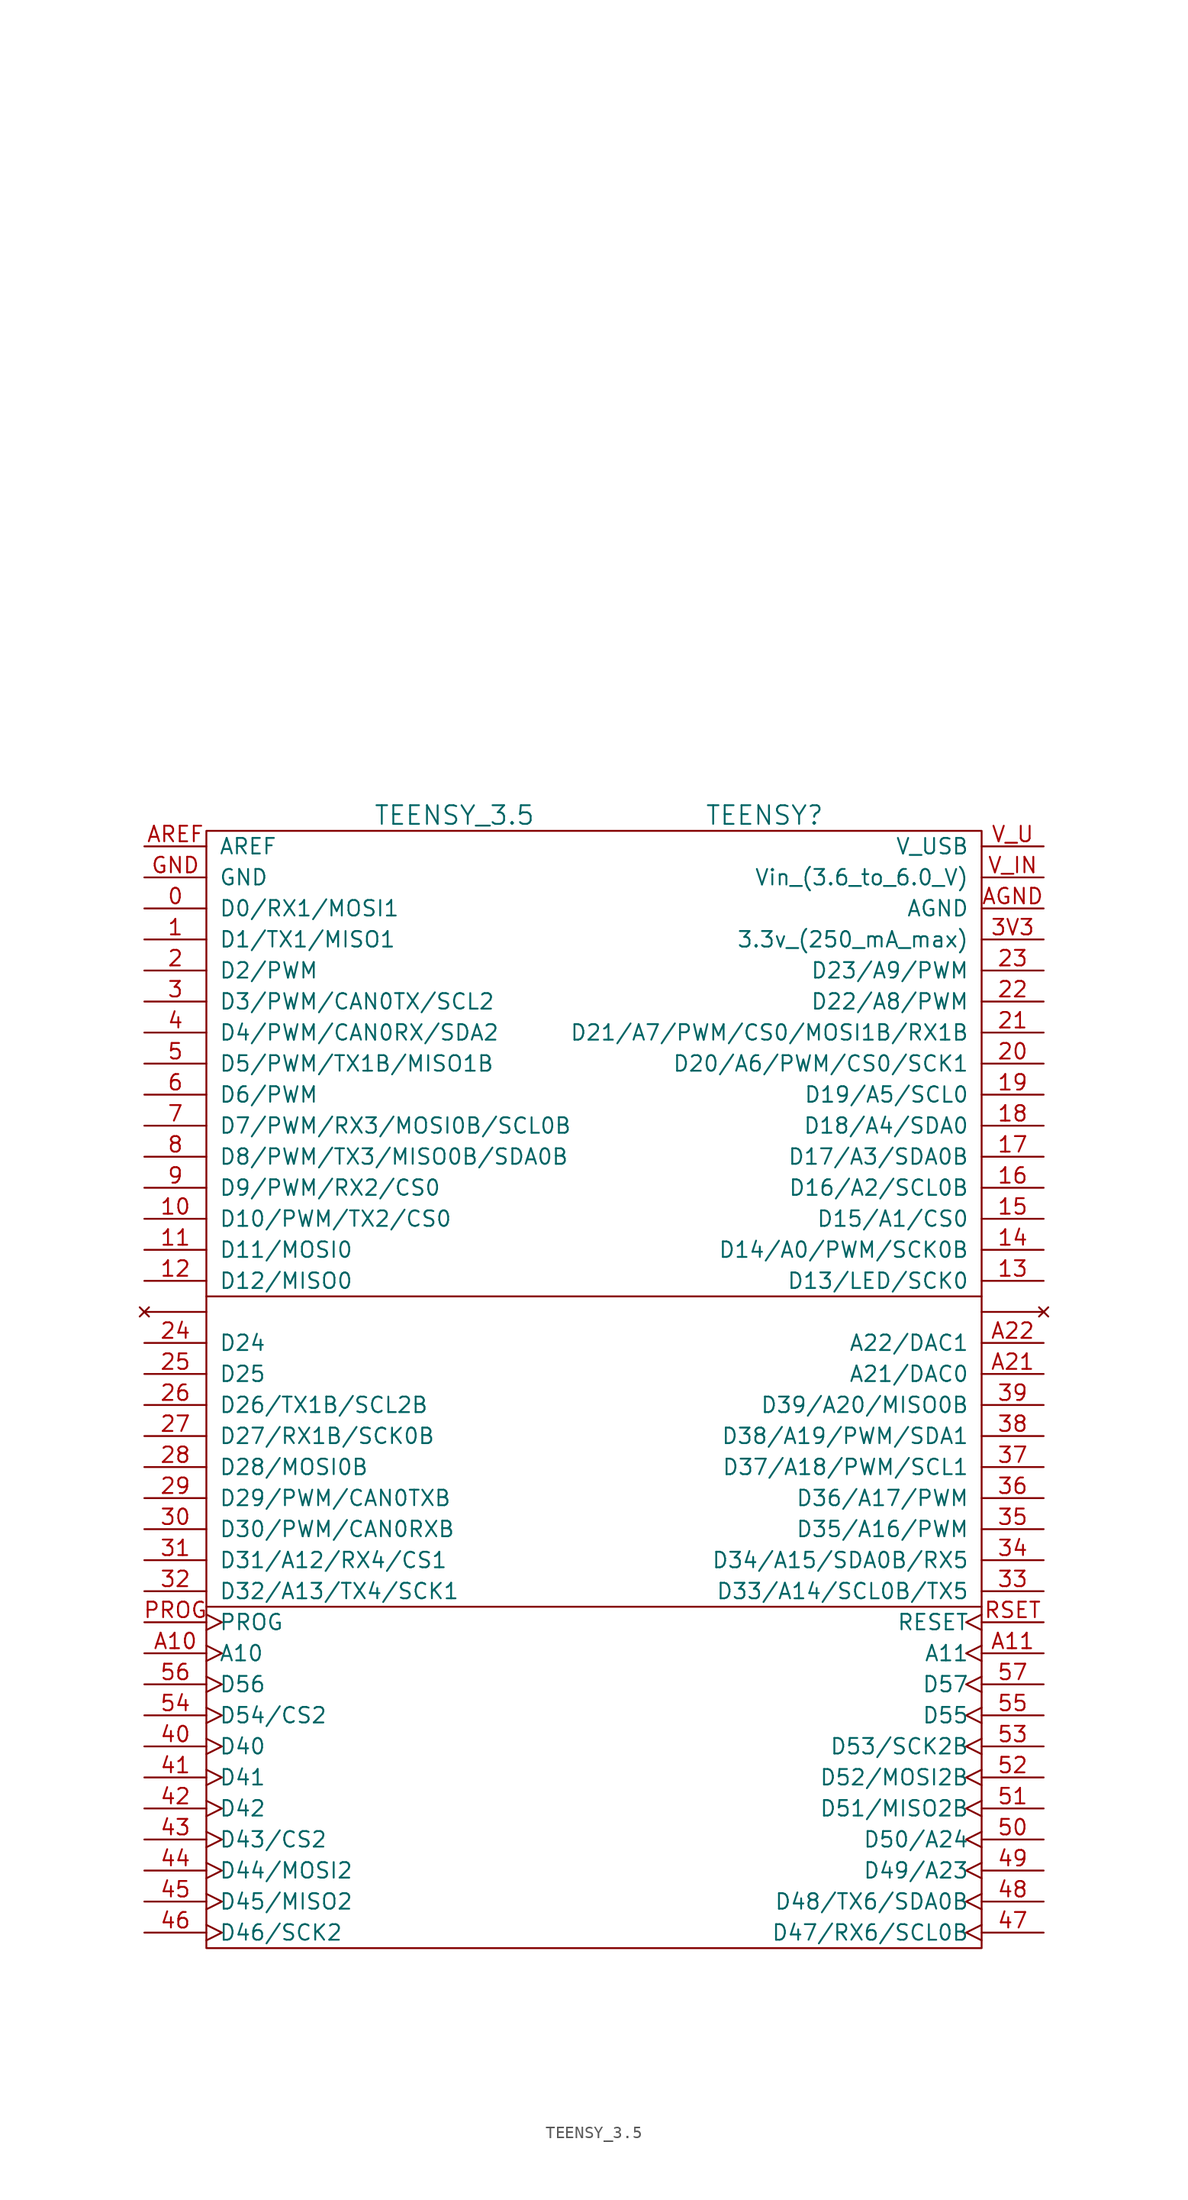
<source format=kicad_sym>
(kicad_symbol_lib
  (version 20211014)
  (generator kicad_symbol_editor)
  (symbol "TEENSY_3.5"
    (pin_names
      (offset 1.016))
    (property "Reference" "TEENSY"
      (at 13.97 21.59 0)
      (effects (font (size 1.524 1.524))))
    (property "Value" "TEENSY_3.5"
      (at -11.43 21.59 0)
      (effects (font (size 1.524 1.524))))
    (property "Datasheet" ""
      (at 1.27 69.85 0)
      (effects (font (size 1.524 1.524))))
    (symbol "TEENSY_3.5_0_1"
      (rectangle (start -31.75 20.32) (end 31.75 -71.12) (stroke (width 0) (type default) (color 0 0 0 0)) (fill (type none)))
      (polyline (pts (xy -31.75 -43.18) (xy 31.75 -43.18)) (stroke (width 0) (type default) (color 0 0 0 0)) (fill (type none)))
      (polyline (pts (xy -31.75 -17.78) (xy 31.75 -17.78)) (stroke (width 0) (type default) (color 0 0 0 0)) (fill (type none))))
    (symbol "TEENSY_3.5_1_1"
      (pin bidirectional line (at -36.83 13.97 0) (length 5.08) (name "D0/RX1/MOSI1" (effects (font (size 1.27 1.27)))) (number "0" (effects (font (size 1.27 1.27)))))
      (pin bidirectional line (at -36.83 11.43 0) (length 5.08) (name "D1/TX1/MISO1" (effects (font (size 1.27 1.27)))) (number "1" (effects (font (size 1.27 1.27)))))
      (pin bidirectional line (at -36.83 -11.43 0) (length 5.08) (name "D10/PWM/TX2/CS0" (effects (font (size 1.27 1.27)))) (number "10" (effects (font (size 1.27 1.27)))))
      (pin bidirectional line (at -36.83 -13.97 0) (length 5.08) (name "D11/MOSI0" (effects (font (size 1.27 1.27)))) (number "11" (effects (font (size 1.27 1.27)))))
      (pin bidirectional line (at -36.83 -16.51 0) (length 5.08) (name "D12/MISO0" (effects (font (size 1.27 1.27)))) (number "12" (effects (font (size 1.27 1.27)))))
      (pin bidirectional line (at 36.83 -16.51 180) (length 5.08) (name "D13/LED/SCK0" (effects (font (size 1.27 1.27)))) (number "13" (effects (font (size 1.27 1.27)))))
      (pin bidirectional line (at 36.83 -13.97 180) (length 5.08) (name "D14/A0/PWM/SCK0B" (effects (font (size 1.27 1.27)))) (number "14" (effects (font (size 1.27 1.27)))))
      (pin bidirectional line (at 36.83 -11.43 180) (length 5.08) (name "D15/A1/CS0" (effects (font (size 1.27 1.27)))) (number "15" (effects (font (size 1.27 1.27)))))
      (pin bidirectional line (at 36.83 -8.89 180) (length 5.08) (name "D16/A2/SCL0B" (effects (font (size 1.27 1.27)))) (number "16" (effects (font (size 1.27 1.27)))))
      (pin bidirectional line (at 36.83 -6.35 180) (length 5.08) (name "D17/A3/SDA0B" (effects (font (size 1.27 1.27)))) (number "17" (effects (font (size 1.27 1.27)))))
      (pin bidirectional line (at 36.83 -3.81 180) (length 5.08) (name "D18/A4/SDA0" (effects (font (size 1.27 1.27)))) (number "18" (effects (font (size 1.27 1.27)))))
      (pin bidirectional line (at 36.83 -1.27 180) (length 5.08) (name "D19/A5/SCL0" (effects (font (size 1.27 1.27)))) (number "19" (effects (font (size 1.27 1.27)))))
      (pin bidirectional line (at -36.83 8.89 0) (length 5.08) (name "D2/PWM" (effects (font (size 1.27 1.27)))) (number "2" (effects (font (size 1.27 1.27)))))
      (pin bidirectional line (at 36.83 1.27 180) (length 5.08) (name "D20/A6/PWM/CS0/SCK1" (effects (font (size 1.27 1.27)))) (number "20" (effects (font (size 1.27 1.27)))))
      (pin bidirectional line (at 36.83 3.81 180) (length 5.08) (name "D21/A7/PWM/CS0/MOSI1B/RX1B" (effects (font (size 1.27 1.27)))) (number "21" (effects (font (size 1.27 1.27)))))
      (pin bidirectional line (at 36.83 6.35 180) (length 5.08) (name "D22/A8/PWM" (effects (font (size 1.27 1.27)))) (number "22" (effects (font (size 1.27 1.27)))))
      (pin bidirectional line (at 36.83 8.89 180) (length 5.08) (name "D23/A9/PWM" (effects (font (size 1.27 1.27)))) (number "23" (effects (font (size 1.27 1.27)))))
      (pin bidirectional line (at -36.83 -21.59 0) (length 5.08) (name "D24" (effects (font (size 1.27 1.27)))) (number "24" (effects (font (size 1.27 1.27)))))
      (pin bidirectional line (at -36.83 -24.13 0) (length 5.08) (name "D25" (effects (font (size 1.27 1.27)))) (number "25" (effects (font (size 1.27 1.27)))))
      (pin bidirectional line (at -36.83 -26.67 0) (length 5.08) (name "D26/TX1B/SCL2B" (effects (font (size 1.27 1.27)))) (number "26" (effects (font (size 1.27 1.27)))))
      (pin bidirectional line (at -36.83 -29.21 0) (length 5.08) (name "D27/RX1B/SCK0B" (effects (font (size 1.27 1.27)))) (number "27" (effects (font (size 1.27 1.27)))))
      (pin bidirectional line (at -36.83 -31.75 0) (length 5.08) (name "D28/MOSI0B" (effects (font (size 1.27 1.27)))) (number "28" (effects (font (size 1.27 1.27)))))
      (pin bidirectional line (at -36.83 -34.29 0) (length 5.08) (name "D29/PWM/CAN0TXB" (effects (font (size 1.27 1.27)))) (number "29" (effects (font (size 1.27 1.27)))))
      (pin bidirectional line (at -36.83 6.35 0) (length 5.08) (name "D3/PWM/CAN0TX/SCL2" (effects (font (size 1.27 1.27)))) (number "3" (effects (font (size 1.27 1.27)))))
      (pin bidirectional line (at -36.83 -36.83 0) (length 5.08) (name "D30/PWM/CAN0RXB" (effects (font (size 1.27 1.27)))) (number "30" (effects (font (size 1.27 1.27)))))
      (pin bidirectional line (at -36.83 -39.37 0) (length 5.08) (name "D31/A12/RX4/CS1" (effects (font (size 1.27 1.27)))) (number "31" (effects (font (size 1.27 1.27)))))
      (pin bidirectional line (at -36.83 -41.91 0) (length 5.08) (name "D32/A13/TX4/SCK1" (effects (font (size 1.27 1.27)))) (number "32" (effects (font (size 1.27 1.27)))))
      (pin bidirectional line (at 36.83 -41.91 180) (length 5.08) (name "D33/A14/SCL0B/TX5" (effects (font (size 1.27 1.27)))) (number "33" (effects (font (size 1.27 1.27)))))
      (pin bidirectional line (at 36.83 -39.37 180) (length 5.08) (name "D34/A15/SDA0B/RX5" (effects (font (size 1.27 1.27)))) (number "34" (effects (font (size 1.27 1.27)))))
      (pin bidirectional line (at 36.83 -36.83 180) (length 5.08) (name "D35/A16/PWM" (effects (font (size 1.27 1.27)))) (number "35" (effects (font (size 1.27 1.27)))))
      (pin bidirectional line (at 36.83 -34.29 180) (length 5.08) (name "D36/A17/PWM" (effects (font (size 1.27 1.27)))) (number "36" (effects (font (size 1.27 1.27)))))
      (pin bidirectional line (at 36.83 -31.75 180) (length 5.08) (name "D37/A18/PWM/SCL1" (effects (font (size 1.27 1.27)))) (number "37" (effects (font (size 1.27 1.27)))))
      (pin bidirectional line (at 36.83 -29.21 180) (length 5.08) (name "D38/A19/PWM/SDA1" (effects (font (size 1.27 1.27)))) (number "38" (effects (font (size 1.27 1.27)))))
      (pin bidirectional line (at 36.83 -26.67 180) (length 5.08) (name "D39/A20/MISO0B" (effects (font (size 1.27 1.27)))) (number "39" (effects (font (size 1.27 1.27)))))
      (pin power_out line (at 36.83 11.43 180) (length 5.08) (name "3.3v_(250_mA_max)" (effects (font (size 1.27 1.27)))) (number "3V3" (effects (font (size 1.27 1.27)))))
      (pin bidirectional line (at -36.83 3.81 0) (length 5.08) (name "D4/PWM/CAN0RX/SDA2" (effects (font (size 1.27 1.27)))) (number "4" (effects (font (size 1.27 1.27)))))
      (pin bidirectional clock (at -36.83 -54.61 0) (length 5.08) (name "D40" (effects (font (size 1.27 1.27)))) (number "40" (effects (font (size 1.27 1.27)))))
      (pin bidirectional clock (at -36.83 -57.15 0) (length 5.08) (name "D41" (effects (font (size 1.27 1.27)))) (number "41" (effects (font (size 1.27 1.27)))))
      (pin bidirectional clock (at -36.83 -59.69 0) (length 5.08) (name "D42" (effects (font (size 1.27 1.27)))) (number "42" (effects (font (size 1.27 1.27)))))
      (pin bidirectional clock (at -36.83 -62.23 0) (length 5.08) (name "D43/CS2" (effects (font (size 1.27 1.27)))) (number "43" (effects (font (size 1.27 1.27)))))
      (pin bidirectional clock (at -36.83 -64.77 0) (length 5.08) (name "D44/MOSI2" (effects (font (size 1.27 1.27)))) (number "44" (effects (font (size 1.27 1.27)))))
      (pin bidirectional clock (at -36.83 -67.31 0) (length 5.08) (name "D45/MISO2" (effects (font (size 1.27 1.27)))) (number "45" (effects (font (size 1.27 1.27)))))
      (pin bidirectional clock (at -36.83 -69.85 0) (length 5.08) (name "D46/SCK2" (effects (font (size 1.27 1.27)))) (number "46" (effects (font (size 1.27 1.27)))))
      (pin bidirectional clock (at 36.83 -69.85 180) (length 5.08) (name "D47/RX6/SCL0B" (effects (font (size 1.27 1.27)))) (number "47" (effects (font (size 1.27 1.27)))))
      (pin bidirectional clock (at 36.83 -67.31 180) (length 5.08) (name "D48/TX6/SDA0B" (effects (font (size 1.27 1.27)))) (number "48" (effects (font (size 1.27 1.27)))))
      (pin bidirectional clock (at 36.83 -64.77 180) (length 5.08) (name "D49/A23" (effects (font (size 1.27 1.27)))) (number "49" (effects (font (size 1.27 1.27)))))
      (pin bidirectional line (at -36.83 1.27 0) (length 5.08) (name "D5/PWM/TX1B/MISO1B" (effects (font (size 1.27 1.27)))) (number "5" (effects (font (size 1.27 1.27)))))
      (pin bidirectional clock (at 36.83 -62.23 180) (length 5.08) (name "D50/A24" (effects (font (size 1.27 1.27)))) (number "50" (effects (font (size 1.27 1.27)))))
      (pin bidirectional clock (at 36.83 -59.69 180) (length 5.08) (name "D51/MISO2B" (effects (font (size 1.27 1.27)))) (number "51" (effects (font (size 1.27 1.27)))))
      (pin bidirectional clock (at 36.83 -57.15 180) (length 5.08) (name "D52/MOSI2B" (effects (font (size 1.27 1.27)))) (number "52" (effects (font (size 1.27 1.27)))))
      (pin bidirectional clock (at 36.83 -54.61 180) (length 5.08) (name "D53/SCK2B" (effects (font (size 1.27 1.27)))) (number "53" (effects (font (size 1.27 1.27)))))
      (pin bidirectional clock (at -36.83 -52.07 0) (length 5.08) (name "D54/CS2" (effects (font (size 1.27 1.27)))) (number "54" (effects (font (size 1.27 1.27)))))
      (pin bidirectional clock (at 36.83 -52.07 180) (length 5.08) (name "D55" (effects (font (size 1.27 1.27)))) (number "55" (effects (font (size 1.27 1.27)))))
      (pin bidirectional clock (at -36.83 -49.53 0) (length 5.08) (name "D56" (effects (font (size 1.27 1.27)))) (number "56" (effects (font (size 1.27 1.27)))))
      (pin bidirectional clock (at 36.83 -49.53 180) (length 5.08) (name "D57" (effects (font (size 1.27 1.27)))) (number "57" (effects (font (size 1.27 1.27)))))
      (pin bidirectional line (at -36.83 -1.27 0) (length 5.08) (name "D6/PWM" (effects (font (size 1.27 1.27)))) (number "6" (effects (font (size 1.27 1.27)))))
      (pin bidirectional line (at -36.83 -3.81 0) (length 5.08) (name "D7/PWM/RX3/MOSI0B/SCL0B" (effects (font (size 1.27 1.27)))) (number "7" (effects (font (size 1.27 1.27)))))
      (pin bidirectional line (at -36.83 -6.35 0) (length 5.08) (name "D8/PWM/TX3/MISO0B/SDA0B" (effects (font (size 1.27 1.27)))) (number "8" (effects (font (size 1.27 1.27)))))
      (pin bidirectional line (at -36.83 -8.89 0) (length 5.08) (name "D9/PWM/RX2/CS0" (effects (font (size 1.27 1.27)))) (number "9" (effects (font (size 1.27 1.27)))))
      (pin bidirectional clock (at -36.83 -46.99 0) (length 5.08) (name "A10" (effects (font (size 1.27 1.27)))) (number "A10" (effects (font (size 1.27 1.27)))))
      (pin bidirectional clock (at 36.83 -46.99 180) (length 5.08) (name "A11" (effects (font (size 1.27 1.27)))) (number "A11" (effects (font (size 1.27 1.27)))))
      (pin bidirectional line (at 36.83 -24.13 180) (length 5.08) (name "A21/DAC0" (effects (font (size 1.27 1.27)))) (number "A21" (effects (font (size 1.27 1.27)))))
      (pin bidirectional line (at 36.83 -21.59 180) (length 5.08) (name "A22/DAC1" (effects (font (size 1.27 1.27)))) (number "A22" (effects (font (size 1.27 1.27)))))
      (pin power_in line (at 36.83 13.97 180) (length 5.08) (name "AGND" (effects (font (size 1.27 1.27)))) (number "AGND" (effects (font (size 1.27 1.27)))))
      (pin passive line (at -36.83 19.05 0) (length 5.08) (name "AREF" (effects (font (size 1.27 1.27)))) (number "AREF" (effects (font (size 1.27 1.27)))))
      (pin power_in line (at -36.83 16.51 0) (length 5.08) (name "GND" (effects (font (size 1.27 1.27)))) (number "GND" (effects (font (size 1.27 1.27)))))
      (pin passive clock (at -36.83 -44.45 0) (length 5.08) (name "PROG" (effects (font (size 1.27 1.27)))) (number "PROG" (effects (font (size 1.27 1.27)))))
      (pin passive clock (at 36.83 -44.45 180) (length 5.08) (name "RESET" (effects (font (size 1.27 1.27)))) (number "RSET" (effects (font (size 1.27 1.27)))))
      (pin power_in line (at 36.83 16.51 180) (length 5.08) (name "Vin_(3.6_to_6.0_V)" (effects (font (size 1.27 1.27)))) (number "V_IN" (effects (font (size 1.27 1.27)))))
      (pin power_out line (at 36.83 19.05 180) (length 5.08) (name "V_USB" (effects (font (size 1.27 1.27)))) (number "V_U" (effects (font (size 1.27 1.27)))))
      (pin no_connect line (at -36.83 -19.05 0) (length 5.08) (name "~" (effects (font (size 1.27 1.27)))) (number "~" (effects (font (size 1.27 1.27)))))
      (pin no_connect line (at 36.83 -19.05 180) (length 5.08) (name "~" (effects (font (size 1.27 1.27)))) (number "~" (effects (font (size 1.27 1.27))))))))
</source>
